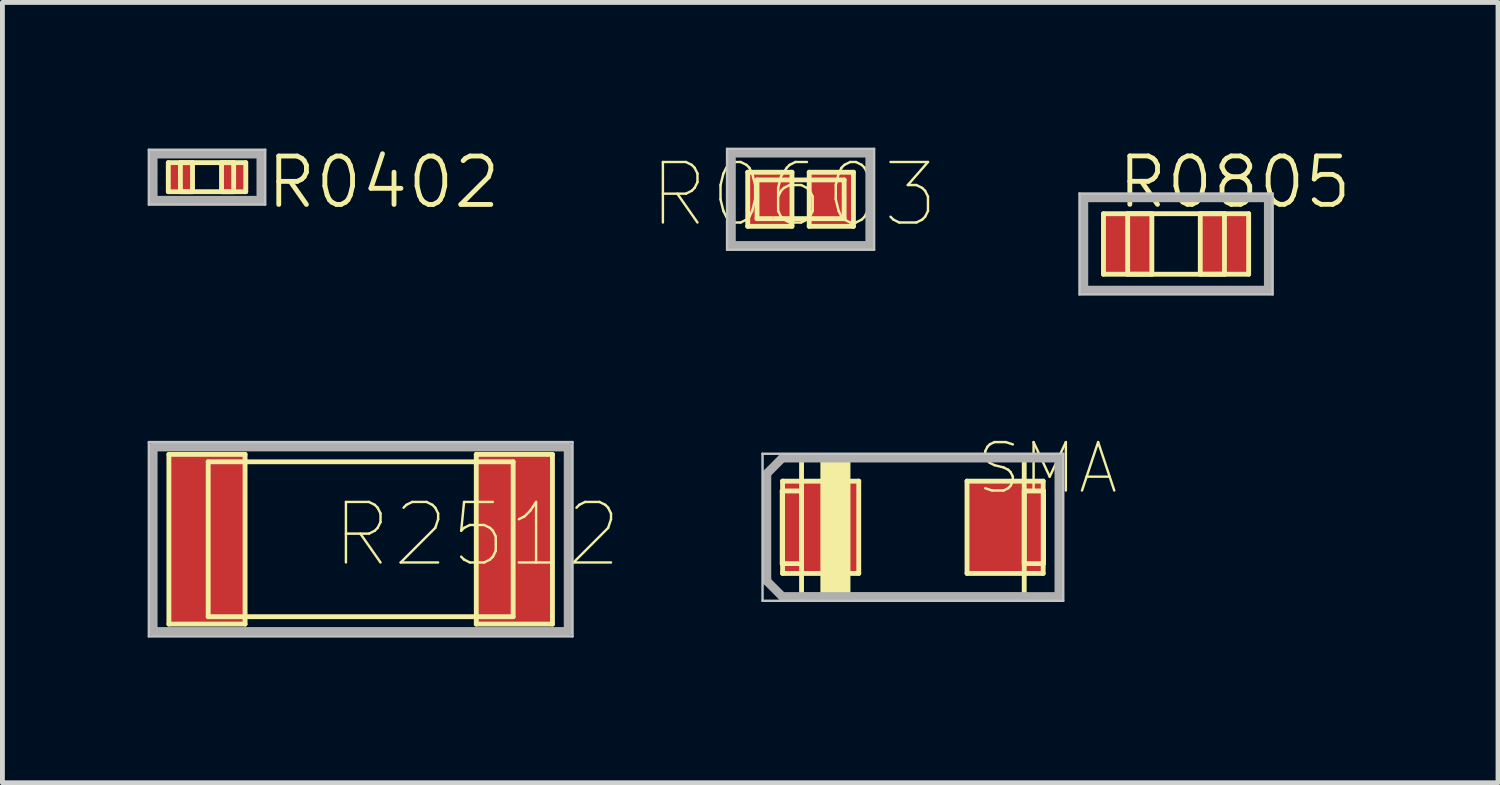
<source format=kicad_pcb>
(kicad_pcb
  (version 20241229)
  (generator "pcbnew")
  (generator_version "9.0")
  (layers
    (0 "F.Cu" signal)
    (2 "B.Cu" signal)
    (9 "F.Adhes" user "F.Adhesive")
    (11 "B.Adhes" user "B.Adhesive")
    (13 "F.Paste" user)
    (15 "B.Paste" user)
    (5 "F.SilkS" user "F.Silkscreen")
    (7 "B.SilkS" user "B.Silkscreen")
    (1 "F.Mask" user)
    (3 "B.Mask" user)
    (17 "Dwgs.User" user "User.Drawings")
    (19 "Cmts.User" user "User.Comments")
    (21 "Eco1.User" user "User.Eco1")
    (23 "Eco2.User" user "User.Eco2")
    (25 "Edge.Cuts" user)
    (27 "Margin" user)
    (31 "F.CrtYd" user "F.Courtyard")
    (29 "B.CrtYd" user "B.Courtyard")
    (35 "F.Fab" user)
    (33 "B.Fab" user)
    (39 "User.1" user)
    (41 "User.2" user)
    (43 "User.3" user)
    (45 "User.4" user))
  (footprint "R0603"
    (placed yes)
    (layer "F.Cu")
    (at 13.489 1.067)
    (property "Reference" "R0603" (at -3.175 0.635 0) (layer "F.SilkS") (effects (font (size 1.25 1.25) (thickness 0.05)) (justify left bottom)))
    (attr through_hole)
    (fp_line (start -1.092 -0.559) (end -0.178 -0.559) (stroke (width 0.1) (type solid)) (layer "F.SilkS"))
    (fp_line (start -1.092 0.559) (end -1.092 -0.559) (stroke (width 0.1) (type solid)) (layer "F.SilkS"))
    (fp_line (start -0.9 -0.4) (end -0.9 0.4) (stroke (width 0.1) (type solid)) (layer "F.SilkS"))
    (fp_line (start -0.9 0.4) (end 0.9 0.4) (stroke (width 0.1) (type solid)) (layer "F.SilkS"))
    (fp_line (start -0.178 -0.559) (end -0.178 0.559) (stroke (width 0.1) (type solid)) (layer "F.SilkS"))
    (fp_line (start -0.178 0.559) (end -1.092 0.559) (stroke (width 0.1) (type solid)) (layer "F.SilkS"))
    (fp_line (start 0.178 -0.559) (end 1.092 -0.559) (stroke (width 0.1) (type solid)) (layer "F.SilkS"))
    (fp_line (start 0.178 0.559) (end 0.178 -0.559) (stroke (width 0.1) (type solid)) (layer "F.SilkS"))
    (fp_line (start 0.9 -0.4) (end -0.9 -0.4) (stroke (width 0.1) (type solid)) (layer "F.SilkS"))
    (fp_line (start 0.9 0.4) (end 0.9 -0.4) (stroke (width 0.1) (type solid)) (layer "F.SilkS"))
    (fp_line (start 1.092 -0.559) (end 1.092 0.559) (stroke (width 0.1) (type solid)) (layer "F.SilkS"))
    (fp_line (start 1.092 0.559) (end 0.178 0.559) (stroke (width 0.1) (type solid)) (layer "F.SilkS"))
    (fp_line (start -1.519 -1.042) (end 1.519 -1.042) (stroke (width 0.05) (type solid)) (layer "Dwgs.User"))
    (fp_line (start -1.519 1.042) (end -1.519 -1.042) (stroke (width 0.05) (type solid)) (layer "Dwgs.User"))
    (fp_line (start 1.519 -1.042) (end 1.519 1.042) (stroke (width 0.05) (type solid)) (layer "Dwgs.User"))
    (fp_line (start 1.519 1.042) (end -1.519 1.042) (stroke (width 0.05) (type solid)) (layer "Dwgs.User"))
    (fp_line (start -1.429 -0.953) (end -1.429 0.953) (stroke (width 0.18) (type solid)) (layer "F.Fab"))
    (fp_line (start -1.429 0.953) (end 1.429 0.953) (stroke (width 0.18) (type solid)) (layer "F.Fab"))
    (fp_line (start 1.429 -0.953) (end -1.429 -0.953) (stroke (width 0.18) (type solid)) (layer "F.Fab"))
    (fp_line (start 1.429 0.953) (end 1.429 -0.953) (stroke (width 0.18) (type solid)) (layer "F.Fab"))
    (fp_poly (pts (xy -1.429 -0.953) (xy 1.429 -0.953) (xy 1.429 0.953) (xy -1.429 0.953) (xy -1.429 -0.953)) (stroke (width 0.02) (type solid)) (fill no) (layer "F.Fab"))
    (pad "1" smd rect (at -0.635 0) (size 0.914 1.118) (layers "F.Cu" "F.Mask" "F.Paste"))
    (pad "2" smd rect (at 0.635 0) (size 0.914 1.118) (layers "F.Cu" "F.Mask" "F.Paste")))
  (footprint "SMA"
    (placed yes)
    (layer "F.Cu")
    (at 15.809 7.843)
    (property "Reference" "SMA" (at 1.27 -0.635 180) (layer "F.SilkS") (effects (font (size 1 1) (thickness 0.05)) (justify left bottom)))
    (attr through_hole)
    (fp_line (start -2.7 -0.75) (end -2.7 0.75) (stroke (width 0.1) (type solid)) (layer "F.SilkS"))
    (fp_line (start -2.7 0.75) (end -2.3 0.75) (stroke (width 0.1) (type solid)) (layer "F.SilkS"))
    (fp_line (start -2.692 -0.953) (end -1.118 -0.953) (stroke (width 0.1) (type solid)) (layer "F.SilkS"))
    (fp_line (start -2.692 0.953) (end -2.692 -0.953) (stroke (width 0.1) (type solid)) (layer "F.SilkS"))
    (fp_line (start -2.3 -1.4) (end -2.3 1.4) (stroke (width 0.1) (type solid)) (layer "F.SilkS"))
    (fp_line (start -2.3 -0.75) (end -2.7 -0.75) (stroke (width 0.1) (type solid)) (layer "F.SilkS"))
    (fp_line (start -2.3 0.75) (end -2.3 -0.75) (stroke (width 0.1) (type solid)) (layer "F.SilkS"))
    (fp_line (start -2.3 1.4) (end 2.3 1.4) (stroke (width 0.1) (type solid)) (layer "F.SilkS"))
    (fp_line (start -1.118 -0.953) (end -1.118 0.953) (stroke (width 0.1) (type solid)) (layer "F.SilkS"))
    (fp_line (start -1.118 0.953) (end -2.692 0.953) (stroke (width 0.1) (type solid)) (layer "F.SilkS"))
    (fp_line (start 1.118 -0.953) (end 2.692 -0.953) (stroke (width 0.1) (type solid)) (layer "F.SilkS"))
    (fp_line (start 1.118 0.953) (end 1.118 -0.953) (stroke (width 0.1) (type solid)) (layer "F.SilkS"))
    (fp_line (start 2.3 -1.4) (end -2.3 -1.4) (stroke (width 0.1) (type solid)) (layer "F.SilkS"))
    (fp_line (start 2.3 -0.75) (end 2.3 0.75) (stroke (width 0.1) (type solid)) (layer "F.SilkS"))
    (fp_line (start 2.3 0.75) (end 2.7 0.75) (stroke (width 0.1) (type solid)) (layer "F.SilkS"))
    (fp_line (start 2.3 1.4) (end 2.3 -1.4) (stroke (width 0.1) (type solid)) (layer "F.SilkS"))
    (fp_line (start 2.692 -0.953) (end 2.692 0.953) (stroke (width 0.1) (type solid)) (layer "F.SilkS"))
    (fp_line (start 2.692 0.953) (end 1.118 0.953) (stroke (width 0.1) (type solid)) (layer "F.SilkS"))
    (fp_line (start 2.7 -0.75) (end 2.3 -0.75) (stroke (width 0.1) (type solid)) (layer "F.SilkS"))
    (fp_line (start 2.7 0.75) (end 2.7 -0.75) (stroke (width 0.1) (type solid)) (layer "F.SilkS"))
    (fp_poly (pts (xy -1.9 1.4) (xy -1.9 -1.4) (xy -1.3 -1.4) (xy -1.3 1.4) (xy -1.9 1.4)) (stroke (width 0.02) (type solid)) (fill yes) (layer "F.SilkS"))
    (fp_line (start -3.106 -1.519) (end 3.106 -1.519) (stroke (width 0.05) (type solid)) (layer "Dwgs.User"))
    (fp_line (start -3.106 1.519) (end -3.106 -1.519) (stroke (width 0.05) (type solid)) (layer "Dwgs.User"))
    (fp_line (start 3.106 -1.519) (end 3.106 1.519) (stroke (width 0.05) (type solid)) (layer "Dwgs.User"))
    (fp_line (start 3.106 1.519) (end -3.106 1.519) (stroke (width 0.05) (type solid)) (layer "Dwgs.User"))
    (fp_line (start -3.016 -1.111) (end -3.016 1.111) (stroke (width 0.18) (type solid)) (layer "F.Fab"))
    (fp_line (start -3.016 1.111) (end -2.699 1.429) (stroke (width 0.18) (type solid)) (layer "F.Fab"))
    (fp_line (start -2.699 -1.429) (end -3.016 -1.111) (stroke (width 0.18) (type solid)) (layer "F.Fab"))
    (fp_line (start -2.699 1.429) (end 3.016 1.429) (stroke (width 0.18) (type solid)) (layer "F.Fab"))
    (fp_line (start 3.016 -1.429) (end -2.699 -1.429) (stroke (width 0.18) (type solid)) (layer "F.Fab"))
    (fp_line (start 3.016 1.429) (end 3.016 -1.429) (stroke (width 0.18) (type solid)) (layer "F.Fab"))
    (fp_poly (pts (xy -2.699 1.429) (xy -3.016 1.111) (xy -3.016 -1.111) (xy -2.699 -1.429) (xy 3.016 -1.429) (xy 3.016 1.429)) (stroke (width 0.02) (type solid)) (fill no) (layer "F.Fab"))
    (pad "A" smd rect (at 1.905 0) (size 1.575 1.905) (layers "F.Cu" "F.Mask" "F.Paste"))
    (pad "K" smd rect (at -1.905 0) (size 1.575 1.905) (layers "F.Cu" "F.Mask" "F.Paste")))
  (footprint "R0805"
    (placed yes)
    (layer "F.Cu")
    (at 21.246 1.99)
    (property "Reference" "R0805" (at -1.259 -0.691 180) (layer "F.SilkS") (effects (font (size 1 1) (thickness 0.1)) (justify left bottom)))
    (attr through_hole)
    (fp_line (start -1.5 -0.625) (end -1.5 0.625) (stroke (width 0.1) (type solid)) (layer "F.SilkS"))
    (fp_line (start -1.5 0.625) (end -0.5 0.625) (stroke (width 0.1) (type solid)) (layer "F.SilkS"))
    (fp_line (start -1 -0.625) (end -1 0.625) (stroke (width 0.1) (type solid)) (layer "F.SilkS"))
    (fp_line (start -1 0.625) (end 1 0.625) (stroke (width 0.1) (type solid)) (layer "F.SilkS"))
    (fp_line (start -0.5 -0.625) (end -1.5 -0.625) (stroke (width 0.1) (type solid)) (layer "F.SilkS"))
    (fp_line (start -0.5 0.625) (end -0.5 -0.625) (stroke (width 0.1) (type solid)) (layer "F.SilkS"))
    (fp_line (start 0.5 -0.625) (end 0.5 0.625) (stroke (width 0.1) (type solid)) (layer "F.SilkS"))
    (fp_line (start 0.5 0.625) (end 1.5 0.625) (stroke (width 0.1) (type solid)) (layer "F.SilkS"))
    (fp_line (start 1 -0.625) (end -1 -0.625) (stroke (width 0.1) (type solid)) (layer "F.SilkS"))
    (fp_line (start 1 0.625) (end 1 -0.625) (stroke (width 0.1) (type solid)) (layer "F.SilkS"))
    (fp_line (start 1.5 -0.625) (end 0.5 -0.625) (stroke (width 0.1) (type solid)) (layer "F.SilkS"))
    (fp_line (start 1.5 0.625) (end 1.5 -0.625) (stroke (width 0.1) (type solid)) (layer "F.SilkS"))
    (fp_line (start -1.995 -1.042) (end 1.995 -1.042) (stroke (width 0.05) (type solid)) (layer "Dwgs.User"))
    (fp_line (start -1.995 1.042) (end -1.995 -1.042) (stroke (width 0.05) (type solid)) (layer "Dwgs.User"))
    (fp_line (start 1.995 -1.042) (end 1.995 1.042) (stroke (width 0.05) (type solid)) (layer "Dwgs.User"))
    (fp_line (start 1.995 1.042) (end -1.995 1.042) (stroke (width 0.05) (type solid)) (layer "Dwgs.User"))
    (fp_line (start -1.905 -0.953) (end -1.905 0.953) (stroke (width 0.18) (type solid)) (layer "F.Fab"))
    (fp_line (start -1.905 0.953) (end 1.905 0.953) (stroke (width 0.18) (type solid)) (layer "F.Fab"))
    (fp_line (start 1.905 -0.953) (end -1.905 -0.953) (stroke (width 0.18) (type solid)) (layer "F.Fab"))
    (fp_line (start 1.905 0.953) (end 1.905 -0.953) (stroke (width 0.18) (type solid)) (layer "F.Fab"))
    (fp_poly (pts (xy -1.905 -0.953) (xy 1.905 -0.953) (xy 1.905 0.953) (xy -1.905 0.953)) (stroke (width 0.02) (type solid)) (fill no) (layer "F.Fab"))
    (pad "1" smd rect (at -1 0) (size 1 1.25) (layers "F.Cu" "F.Mask" "F.Paste"))
    (pad "2" smd rect (at 1 0) (size 1 1.25) (layers "F.Cu" "F.Mask" "F.Paste")))
  (footprint "R0402"
    (placed yes)
    (layer "F.Cu")
    (at 1.227 0.61)
    (property "Reference" "R0402" (at 1.178 0.691 0) (layer "F.SilkS") (effects (font (size 1 1) (thickness 0.1)) (justify left bottom)))
    (attr through_hole)
    (fp_line (start -0.8 -0.3) (end -0.8 0.3) (stroke (width 0.1) (type solid)) (layer "F.SilkS"))
    (fp_line (start -0.8 0.3) (end -0.3 0.3) (stroke (width 0.1) (type solid)) (layer "F.SilkS"))
    (fp_line (start -0.55 -0.3) (end -0.55 0.3) (stroke (width 0.1) (type solid)) (layer "F.SilkS"))
    (fp_line (start -0.55 0.3) (end 0.55 0.3) (stroke (width 0.1) (type solid)) (layer "F.SilkS"))
    (fp_line (start -0.3 -0.3) (end -0.8 -0.3) (stroke (width 0.1) (type solid)) (layer "F.SilkS"))
    (fp_line (start -0.3 0.3) (end -0.3 -0.3) (stroke (width 0.1) (type solid)) (layer "F.SilkS"))
    (fp_line (start 0.3 -0.3) (end 0.3 0.3) (stroke (width 0.1) (type solid)) (layer "F.SilkS"))
    (fp_line (start 0.3 0.3) (end 0.8 0.3) (stroke (width 0.1) (type solid)) (layer "F.SilkS"))
    (fp_line (start 0.55 -0.3) (end -0.55 -0.3) (stroke (width 0.1) (type solid)) (layer "F.SilkS"))
    (fp_line (start 0.55 0.3) (end 0.55 -0.3) (stroke (width 0.1) (type solid)) (layer "F.SilkS"))
    (fp_line (start 0.8 -0.3) (end 0.3 -0.3) (stroke (width 0.1) (type solid)) (layer "F.SilkS"))
    (fp_line (start 0.8 0.3) (end 0.8 -0.3) (stroke (width 0.1) (type solid)) (layer "F.SilkS"))
    (fp_line (start -1.202 -0.566) (end 1.202 -0.566) (stroke (width 0.05) (type solid)) (layer "Dwgs.User"))
    (fp_line (start -1.202 0.566) (end -1.202 -0.566) (stroke (width 0.05) (type solid)) (layer "Dwgs.User"))
    (fp_line (start 1.202 -0.566) (end 1.202 0.566) (stroke (width 0.05) (type solid)) (layer "Dwgs.User"))
    (fp_line (start 1.202 0.566) (end -1.202 0.566) (stroke (width 0.05) (type solid)) (layer "Dwgs.User"))
    (fp_line (start -1.112 -0.476) (end -1.112 0.476) (stroke (width 0.18) (type solid)) (layer "F.Fab"))
    (fp_line (start -1.112 0.476) (end 1.112 0.476) (stroke (width 0.18) (type solid)) (layer "F.Fab"))
    (fp_line (start 1.112 -0.476) (end -1.112 -0.476) (stroke (width 0.18) (type solid)) (layer "F.Fab"))
    (fp_line (start 1.112 0.476) (end 1.112 -0.476) (stroke (width 0.18) (type solid)) (layer "F.Fab"))
    (fp_poly (pts (xy -1.111 -0.476) (xy 1.111 -0.476) (xy 1.111 0.476) (xy -1.111 0.476)) (stroke (width 0.02) (type solid)) (fill no) (layer "F.Fab"))
    (pad "1" smd rect (at -0.55 0 270) (size 0.5 0.6) (layers "F.Cu" "F.Mask" "F.Paste"))
    (pad "2" smd rect (at 0.55 0 270) (size 0.5 0.6) (layers "F.Cu" "F.Mask" "F.Paste")))
  (footprint "R2512"
    (placed yes)
    (layer "F.Cu")
    (at 4.401 8.09)
    (property "Reference" "R2512" (at -0.635 0.635 0) (layer "F.SilkS") (effects (font (size 1.25 1.25) (thickness 0.05)) (justify left bottom)))
    (attr through_hole)
    (fp_line (start -3.962 -1.753) (end -2.388 -1.753) (stroke (width 0.1) (type solid)) (layer "F.SilkS"))
    (fp_line (start -3.962 1.753) (end -3.962 -1.753) (stroke (width 0.1) (type solid)) (layer "F.SilkS"))
    (fp_line (start -3.15 -1.6) (end -3.15 1.6) (stroke (width 0.1) (type solid)) (layer "F.SilkS"))
    (fp_line (start -3.15 1.6) (end 3.15 1.6) (stroke (width 0.1) (type solid)) (layer "F.SilkS"))
    (fp_line (start -2.388 -1.753) (end -2.388 1.753) (stroke (width 0.1) (type solid)) (layer "F.SilkS"))
    (fp_line (start -2.388 1.753) (end -3.962 1.753) (stroke (width 0.1) (type solid)) (layer "F.SilkS"))
    (fp_line (start 2.388 -1.753) (end 3.962 -1.753) (stroke (width 0.1) (type solid)) (layer "F.SilkS"))
    (fp_line (start 2.388 1.753) (end 2.388 -1.753) (stroke (width 0.1) (type solid)) (layer "F.SilkS"))
    (fp_line (start 3.15 -1.6) (end -3.15 -1.6) (stroke (width 0.1) (type solid)) (layer "F.SilkS"))
    (fp_line (start 3.15 1.6) (end 3.15 -1.6) (stroke (width 0.1) (type solid)) (layer "F.SilkS"))
    (fp_line (start 3.962 -1.753) (end 3.962 1.753) (stroke (width 0.1) (type solid)) (layer "F.SilkS"))
    (fp_line (start 3.962 1.753) (end 2.388 1.753) (stroke (width 0.1) (type solid)) (layer "F.SilkS"))
    (fp_line (start -4.376 -2.007) (end 4.376 -2.007) (stroke (width 0.05) (type solid)) (layer "Dwgs.User"))
    (fp_line (start -4.376 2.007) (end -4.376 -2.007) (stroke (width 0.05) (type solid)) (layer "Dwgs.User"))
    (fp_line (start 4.376 -2.007) (end 4.376 2.007) (stroke (width 0.05) (type solid)) (layer "Dwgs.User"))
    (fp_line (start 4.376 2.007) (end -4.376 2.007) (stroke (width 0.05) (type solid)) (layer "Dwgs.User"))
    (fp_line (start -4.286 -1.905) (end -4.286 1.905) (stroke (width 0.18) (type solid)) (layer "F.Fab"))
    (fp_line (start -4.286 1.905) (end 4.286 1.905) (stroke (width 0.18) (type solid)) (layer "F.Fab"))
    (fp_line (start 4.286 -1.905) (end -4.286 -1.905) (stroke (width 0.18) (type solid)) (layer "F.Fab"))
    (fp_line (start 4.286 1.905) (end 4.286 -1.905) (stroke (width 0.18) (type solid)) (layer "F.Fab"))
    (fp_poly (pts (xy 4.286 1.905) (xy -4.286 1.905) (xy -4.286 -1.905) (xy 4.286 -1.905) (xy 4.286 1.905)) (stroke (width 0.02) (type solid)) (fill no) (layer "F.Fab"))
    (pad "1" smd rect (at -3.175 0) (size 1.575 3.505) (layers "F.Cu" "F.Mask" "F.Paste"))
    (pad "2" smd rect (at 3.175 0) (size 1.575 3.505) (layers "F.Cu" "F.Mask" "F.Paste")))
  (gr_rect
    (start -3 -3)
    (end 27.897 13.121)
    (stroke (width 0.1) (type default))
    (fill no)
    (layer "Edge.Cuts")))
</source>
